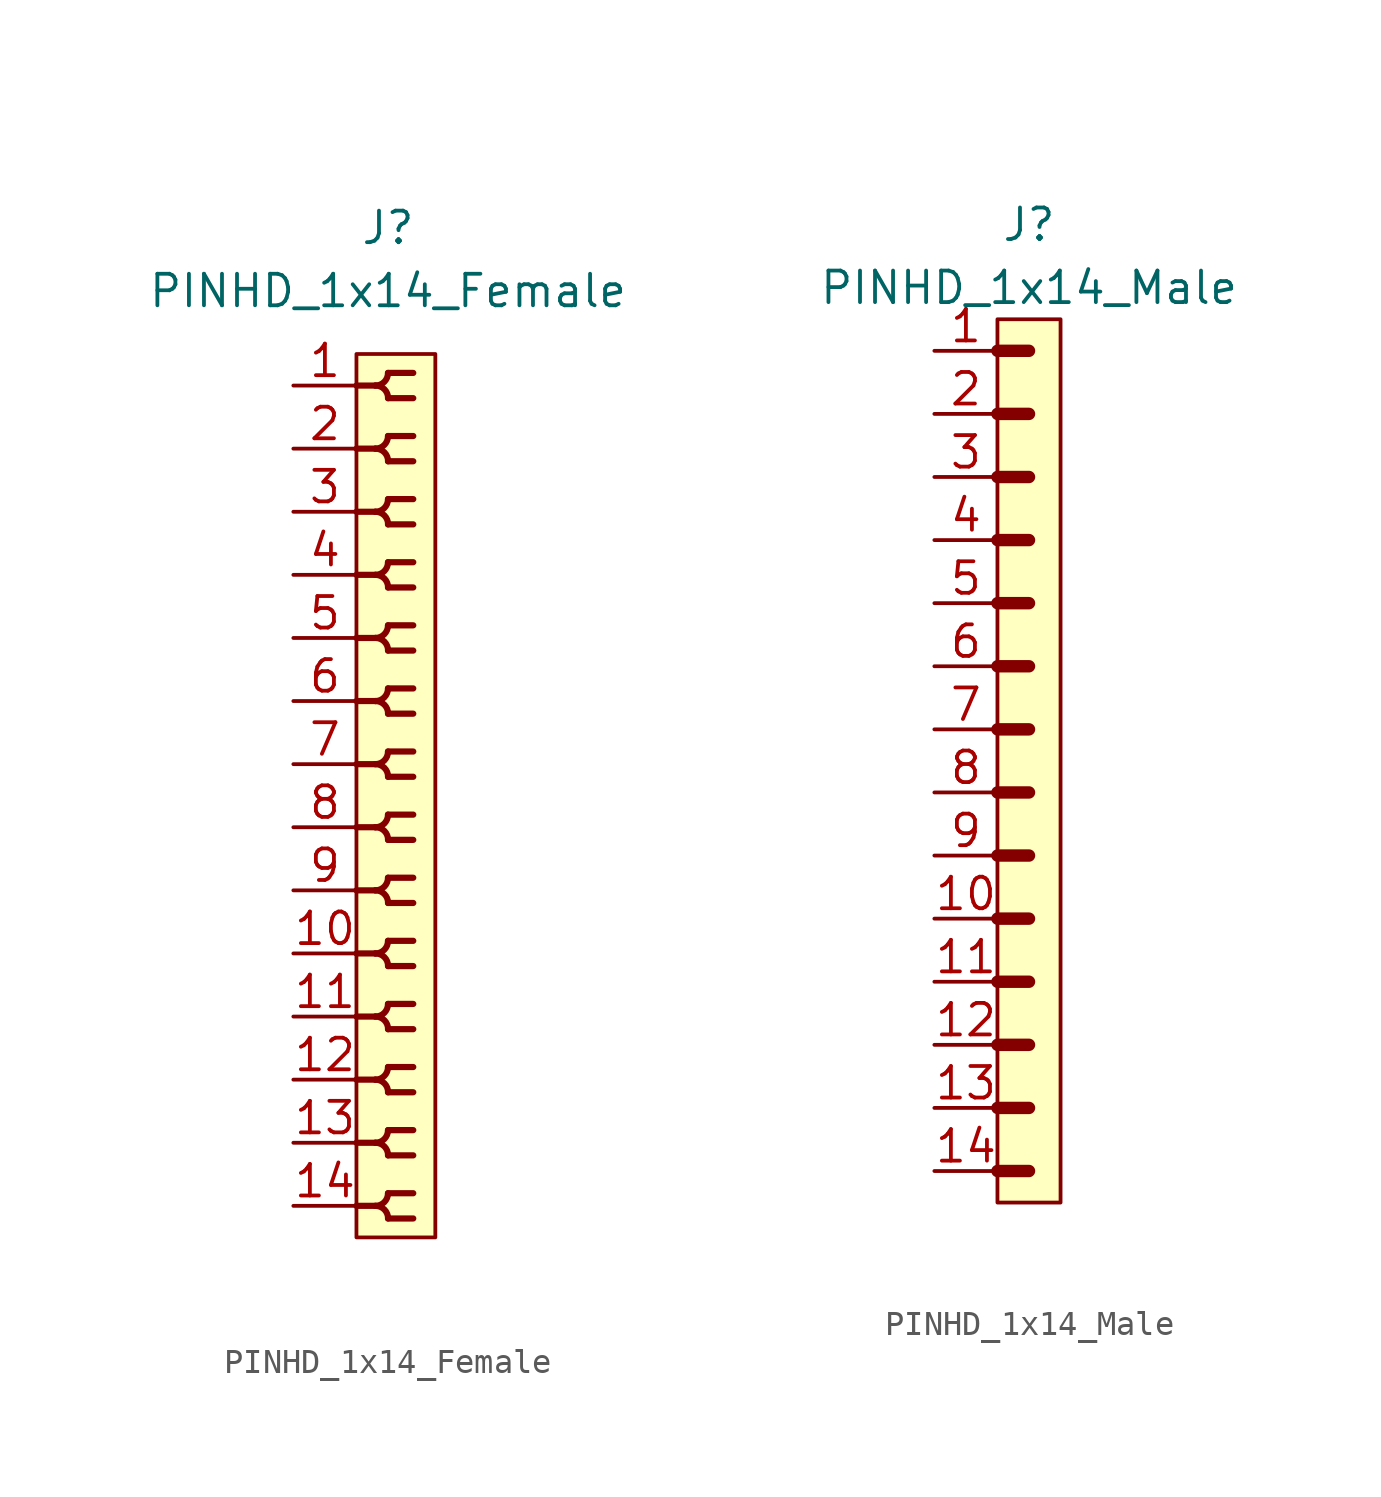
<source format=kicad_sym>
(kicad_symbol_lib
  (version 20211014)
  (generator kicad_symbol_editor)
  (symbol "PINHD_1x14_Female"
    (property "Reference" "J"
      (at 0 22.86 0)
      (effects (font (size 1.27 1.27))))
    (property "Value" "PINHD_1x14_Female"
      (at 0 20.32 0)
      (effects (font (size 1.27 1.27))))
    (symbol "PINHD_1x14_Female_0_1"
      (rectangle (start -1.27 17.78) (end 1.905 -17.78) (stroke (width 0) (type default) (color 0 0 0 0)) (fill (type background)))
      (arc (start -0.508 -16.51) (mid 0.3592 -16.8692) (end 0 -16.002) (stroke (width 0.25) (type default) (color 0 0 0 0)) (fill (type none)))
      (arc (start -0.508 -13.97) (mid 0.3592 -14.3292) (end 0 -13.462) (stroke (width 0.25) (type default) (color 0 0 0 0)) (fill (type none)))
      (arc (start -0.508 -11.43) (mid 0.3592 -11.7892) (end 0 -10.922) (stroke (width 0.25) (type default) (color 0 0 0 0)) (fill (type none)))
      (arc (start -0.508 -8.89) (mid 0.3592 -9.2492) (end 0 -8.382) (stroke (width 0.25) (type default) (color 0 0 0 0)) (fill (type none)))
      (arc (start -0.508 -6.35) (mid 0.3592 -6.7092) (end 0 -5.842) (stroke (width 0.25) (type default) (color 0 0 0 0)) (fill (type none)))
      (arc (start -0.508 -3.81) (mid 0.3592 -4.1692) (end 0 -3.302) (stroke (width 0.25) (type default) (color 0 0 0 0)) (fill (type none)))
      (arc (start -0.508 -1.27) (mid 0.3592 -1.6292) (end 0 -0.762) (stroke (width 0.25) (type default) (color 0 0 0 0)) (fill (type none)))
      (arc (start -0.508 1.27) (mid 0.3592 0.9108) (end 0 1.778) (stroke (width 0.25) (type default) (color 0 0 0 0)) (fill (type none)))
      (arc (start -0.508 3.81) (mid 0.3592 3.4508) (end 0 4.318) (stroke (width 0.25) (type default) (color 0 0 0 0)) (fill (type none)))
      (arc (start -0.508 6.35) (mid 0.3592 5.9908) (end 0 6.858) (stroke (width 0.25) (type default) (color 0 0 0 0)) (fill (type none)))
      (arc (start -0.508 8.89) (mid 0.3592 8.5308) (end 0 9.398) (stroke (width 0.25) (type default) (color 0 0 0 0)) (fill (type none)))
      (arc (start -0.508 11.43) (mid 0.3592 11.0708) (end 0 11.938) (stroke (width 0.25) (type default) (color 0 0 0 0)) (fill (type none)))
      (arc (start -0.508 13.97) (mid 0.3592 13.6108) (end 0 14.478) (stroke (width 0.25) (type default) (color 0 0 0 0)) (fill (type none)))
      (arc (start -0.508 16.51) (mid 0.3592 16.1508) (end 0 17.018) (stroke (width 0.25) (type default) (color 0 0 0 0)) (fill (type none)))
      (arc (start 0 -17.018) (mid 0.3592 -16.1508) (end -0.508 -16.51) (stroke (width 0.25) (type default) (color 0 0 0 0)) (fill (type none)))
      (arc (start 0 -14.478) (mid 0.3592 -13.6108) (end -0.508 -13.97) (stroke (width 0.25) (type default) (color 0 0 0 0)) (fill (type none)))
      (arc (start 0 -11.938) (mid 0.3592 -11.0708) (end -0.508 -11.43) (stroke (width 0.25) (type default) (color 0 0 0 0)) (fill (type none)))
      (arc (start 0 -9.398) (mid 0.3592 -8.5308) (end -0.508 -8.89) (stroke (width 0.25) (type default) (color 0 0 0 0)) (fill (type none)))
      (arc (start 0 -6.858) (mid 0.3592 -5.9908) (end -0.508 -6.35) (stroke (width 0.25) (type default) (color 0 0 0 0)) (fill (type none)))
      (arc (start 0 -4.318) (mid 0.3592 -3.4508) (end -0.508 -3.81) (stroke (width 0.25) (type default) (color 0 0 0 0)) (fill (type none)))
      (arc (start 0 -1.778) (mid 0.3592 -0.9108) (end -0.508 -1.27) (stroke (width 0.25) (type default) (color 0 0 0 0)) (fill (type none)))
      (polyline (pts (xy -1.27 -16.51) (xy -0.508 -16.51)) (stroke (width 0.25) (type default) (color 0 0 0 0)) (fill (type none)))
      (polyline (pts (xy -1.27 -13.97) (xy -0.508 -13.97)) (stroke (width 0.25) (type default) (color 0 0 0 0)) (fill (type none)))
      (polyline (pts (xy -1.27 -11.43) (xy -0.508 -11.43)) (stroke (width 0.25) (type default) (color 0 0 0 0)) (fill (type none)))
      (polyline (pts (xy -1.27 -8.89) (xy -0.508 -8.89)) (stroke (width 0.25) (type default) (color 0 0 0 0)) (fill (type none)))
      (polyline (pts (xy -1.27 -6.35) (xy -0.508 -6.35)) (stroke (width 0.25) (type default) (color 0 0 0 0)) (fill (type none)))
      (polyline (pts (xy -1.27 -3.81) (xy -0.508 -3.81)) (stroke (width 0.25) (type default) (color 0 0 0 0)) (fill (type none)))
      (polyline (pts (xy -1.27 -1.27) (xy -0.508 -1.27)) (stroke (width 0.25) (type default) (color 0 0 0 0)) (fill (type none)))
      (polyline (pts (xy -1.27 1.27) (xy -0.508 1.27)) (stroke (width 0.25) (type default) (color 0 0 0 0)) (fill (type none)))
      (polyline (pts (xy -1.27 3.81) (xy -0.508 3.81)) (stroke (width 0.25) (type default) (color 0 0 0 0)) (fill (type none)))
      (polyline (pts (xy -1.27 6.35) (xy -0.508 6.35)) (stroke (width 0.25) (type default) (color 0 0 0 0)) (fill (type none)))
      (polyline (pts (xy -1.27 8.89) (xy -0.508 8.89)) (stroke (width 0.25) (type default) (color 0 0 0 0)) (fill (type none)))
      (polyline (pts (xy -1.27 11.43) (xy -0.508 11.43)) (stroke (width 0.25) (type default) (color 0 0 0 0)) (fill (type none)))
      (polyline (pts (xy -1.27 13.97) (xy -0.508 13.97)) (stroke (width 0.25) (type default) (color 0 0 0 0)) (fill (type none)))
      (polyline (pts (xy -1.27 16.51) (xy -0.508 16.51)) (stroke (width 0.25) (type default) (color 0 0 0 0)) (fill (type none)))
      (polyline (pts (xy 0 -17.018) (xy 1.016 -17.018)) (stroke (width 0.25) (type default) (color 0 0 0 0)) (fill (type none)))
      (polyline (pts (xy 0 -16.002) (xy 1.016 -16.002)) (stroke (width 0.25) (type default) (color 0 0 0 0)) (fill (type none)))
      (polyline (pts (xy 0 -14.478) (xy 1.016 -14.478)) (stroke (width 0.25) (type default) (color 0 0 0 0)) (fill (type none)))
      (polyline (pts (xy 0 -13.462) (xy 1.016 -13.462)) (stroke (width 0.25) (type default) (color 0 0 0 0)) (fill (type none)))
      (polyline (pts (xy 0 -11.938) (xy 1.016 -11.938)) (stroke (width 0.25) (type default) (color 0 0 0 0)) (fill (type none)))
      (polyline (pts (xy 0 -10.922) (xy 1.016 -10.922)) (stroke (width 0.25) (type default) (color 0 0 0 0)) (fill (type none)))
      (polyline (pts (xy 0 -9.398) (xy 1.016 -9.398)) (stroke (width 0.25) (type default) (color 0 0 0 0)) (fill (type none)))
      (polyline (pts (xy 0 -8.382) (xy 1.016 -8.382)) (stroke (width 0.25) (type default) (color 0 0 0 0)) (fill (type none)))
      (polyline (pts (xy 0 -6.858) (xy 1.016 -6.858)) (stroke (width 0.25) (type default) (color 0 0 0 0)) (fill (type none)))
      (polyline (pts (xy 0 -5.842) (xy 1.016 -5.842)) (stroke (width 0.25) (type default) (color 0 0 0 0)) (fill (type none)))
      (polyline (pts (xy 0 -4.318) (xy 1.016 -4.318)) (stroke (width 0.25) (type default) (color 0 0 0 0)) (fill (type none)))
      (polyline (pts (xy 0 -3.302) (xy 1.016 -3.302)) (stroke (width 0.25) (type default) (color 0 0 0 0)) (fill (type none)))
      (polyline (pts (xy 0 -1.778) (xy 1.016 -1.778)) (stroke (width 0.25) (type default) (color 0 0 0 0)) (fill (type none)))
      (polyline (pts (xy 0 -0.762) (xy 1.016 -0.762)) (stroke (width 0.25) (type default) (color 0 0 0 0)) (fill (type none)))
      (polyline (pts (xy 0 0.762) (xy 1.016 0.762)) (stroke (width 0.25) (type default) (color 0 0 0 0)) (fill (type none)))
      (polyline (pts (xy 0 1.778) (xy 1.016 1.778)) (stroke (width 0.25) (type default) (color 0 0 0 0)) (fill (type none)))
      (polyline (pts (xy 0 3.302) (xy 1.016 3.302)) (stroke (width 0.25) (type default) (color 0 0 0 0)) (fill (type none)))
      (polyline (pts (xy 0 4.318) (xy 1.016 4.318)) (stroke (width 0.25) (type default) (color 0 0 0 0)) (fill (type none)))
      (polyline (pts (xy 0 5.842) (xy 1.016 5.842)) (stroke (width 0.25) (type default) (color 0 0 0 0)) (fill (type none)))
      (polyline (pts (xy 0 6.858) (xy 1.016 6.858)) (stroke (width 0.25) (type default) (color 0 0 0 0)) (fill (type none)))
      (polyline (pts (xy 0 8.382) (xy 1.016 8.382)) (stroke (width 0.25) (type default) (color 0 0 0 0)) (fill (type none)))
      (polyline (pts (xy 0 9.398) (xy 1.016 9.398)) (stroke (width 0.25) (type default) (color 0 0 0 0)) (fill (type none)))
      (polyline (pts (xy 0 10.922) (xy 1.016 10.922)) (stroke (width 0.25) (type default) (color 0 0 0 0)) (fill (type none)))
      (polyline (pts (xy 0 11.938) (xy 1.016 11.938)) (stroke (width 0.25) (type default) (color 0 0 0 0)) (fill (type none)))
      (polyline (pts (xy 0 13.462) (xy 1.016 13.462)) (stroke (width 0.25) (type default) (color 0 0 0 0)) (fill (type none)))
      (polyline (pts (xy 0 14.478) (xy 1.016 14.478)) (stroke (width 0.25) (type default) (color 0 0 0 0)) (fill (type none)))
      (polyline (pts (xy 0 16.002) (xy 1.016 16.002)) (stroke (width 0.25) (type default) (color 0 0 0 0)) (fill (type none)))
      (polyline (pts (xy 0 17.018) (xy 1.016 17.018)) (stroke (width 0.25) (type default) (color 0 0 0 0)) (fill (type none)))
      (arc (start 0 0.762) (mid 0.3592 1.6292) (end -0.508 1.27) (stroke (width 0.25) (type default) (color 0 0 0 0)) (fill (type none)))
      (arc (start 0 3.302) (mid 0.3592 4.1692) (end -0.508 3.81) (stroke (width 0.25) (type default) (color 0 0 0 0)) (fill (type none)))
      (arc (start 0 5.842) (mid 0.3592 6.7092) (end -0.508 6.35) (stroke (width 0.25) (type default) (color 0 0 0 0)) (fill (type none)))
      (arc (start 0 8.382) (mid 0.3592 9.2492) (end -0.508 8.89) (stroke (width 0.25) (type default) (color 0 0 0 0)) (fill (type none)))
      (arc (start 0 10.922) (mid 0.3592 11.7892) (end -0.508 11.43) (stroke (width 0.25) (type default) (color 0 0 0 0)) (fill (type none)))
      (arc (start 0 13.462) (mid 0.3592 14.3292) (end -0.508 13.97) (stroke (width 0.25) (type default) (color 0 0 0 0)) (fill (type none)))
      (arc (start 0 16.002) (mid 0.3592 16.8692) (end -0.508 16.51) (stroke (width 0.25) (type default) (color 0 0 0 0)) (fill (type none))))
    (symbol "PINHD_1x14_Female_1_1"
      (pin passive line (at -3.81 16.51 0) (length 2.54) (name "" (effects (font (size 1.27 1.27)))) (number "1" (effects (font (size 1.27 1.27)))))
      (pin passive line (at -3.81 -6.35 0) (length 2.54) (name "" (effects (font (size 1.27 1.27)))) (number "10" (effects (font (size 1.27 1.27)))))
      (pin passive line (at -3.81 -8.89 0) (length 2.54) (name "" (effects (font (size 1.27 1.27)))) (number "11" (effects (font (size 1.27 1.27)))))
      (pin passive line (at -3.81 -11.43 0) (length 2.54) (name "" (effects (font (size 1.27 1.27)))) (number "12" (effects (font (size 1.27 1.27)))))
      (pin passive line (at -3.81 -13.97 0) (length 2.54) (name "" (effects (font (size 1.27 1.27)))) (number "13" (effects (font (size 1.27 1.27)))))
      (pin passive line (at -3.81 -16.51 0) (length 2.54) (name "" (effects (font (size 1.27 1.27)))) (number "14" (effects (font (size 1.27 1.27)))))
      (pin passive line (at -3.81 13.97 0) (length 2.54) (name "" (effects (font (size 1.27 1.27)))) (number "2" (effects (font (size 1.27 1.27)))))
      (pin passive line (at -3.81 11.43 0) (length 2.54) (name "" (effects (font (size 1.27 1.27)))) (number "3" (effects (font (size 1.27 1.27)))))
      (pin passive line (at -3.81 8.89 0) (length 2.54) (name "" (effects (font (size 1.27 1.27)))) (number "4" (effects (font (size 1.27 1.27)))))
      (pin passive line (at -3.81 6.35 0) (length 2.54) (name "" (effects (font (size 1.27 1.27)))) (number "5" (effects (font (size 1.27 1.27)))))
      (pin passive line (at -3.81 3.81 0) (length 2.54) (name "" (effects (font (size 1.27 1.27)))) (number "6" (effects (font (size 1.27 1.27)))))
      (pin passive line (at -3.81 1.27 0) (length 2.54) (name "" (effects (font (size 1.27 1.27)))) (number "7" (effects (font (size 1.27 1.27)))))
      (pin passive line (at -3.81 -1.27 0) (length 2.54) (name "" (effects (font (size 1.27 1.27)))) (number "8" (effects (font (size 1.27 1.27)))))
      (pin passive line (at -3.81 -3.81 0) (length 2.54) (name "" (effects (font (size 1.27 1.27)))) (number "9" (effects (font (size 1.27 1.27)))))))
  (symbol "PINHD_1x14_Male"
    (property "Reference" "J"
      (at 0 21.59 0)
      (effects (font (size 1.27 1.27))))
    (property "Value" "PINHD_1x14_Male"
      (at 0 19.05 0)
      (effects (font (size 1.27 1.27))))
    (symbol "PINHD_1x14_Male_0_1"
      (rectangle (start -1.27 17.78) (end 1.27 -17.78) (stroke (width 0) (type default) (color 0 0 0 0)) (fill (type background)))
      (polyline (pts (xy -1.27 -16.51) (xy 0 -16.51)) (stroke (width 0.5) (type default) (color 0 0 0 0)) (fill (type none)))
      (polyline (pts (xy -1.27 -13.97) (xy 0 -13.97)) (stroke (width 0.5) (type default) (color 0 0 0 0)) (fill (type none)))
      (polyline (pts (xy -1.27 -11.43) (xy 0 -11.43)) (stroke (width 0.5) (type default) (color 0 0 0 0)) (fill (type none)))
      (polyline (pts (xy -1.27 -8.89) (xy 0 -8.89)) (stroke (width 0.5) (type default) (color 0 0 0 0)) (fill (type none)))
      (polyline (pts (xy -1.27 -6.35) (xy 0 -6.35)) (stroke (width 0.3) (type default) (color 0 0 0 0)) (fill (type none)))
      (polyline (pts (xy -1.27 -6.35) (xy 0 -6.35)) (stroke (width 0.5) (type default) (color 0 0 0 0)) (fill (type none)))
      (polyline (pts (xy -1.27 -3.81) (xy 0 -3.81)) (stroke (width 0.3) (type default) (color 0 0 0 0)) (fill (type none)))
      (polyline (pts (xy -1.27 -3.81) (xy 0 -3.81)) (stroke (width 0.5) (type default) (color 0 0 0 0)) (fill (type none)))
      (polyline (pts (xy -1.27 -1.27) (xy 0 -1.27)) (stroke (width 0.3) (type default) (color 0 0 0 0)) (fill (type none)))
      (polyline (pts (xy -1.27 -1.27) (xy 0 -1.27)) (stroke (width 0.5) (type default) (color 0 0 0 0)) (fill (type none)))
      (polyline (pts (xy -1.27 1.27) (xy 0 1.27)) (stroke (width 0.3) (type default) (color 0 0 0 0)) (fill (type none)))
      (polyline (pts (xy -1.27 1.27) (xy 0 1.27)) (stroke (width 0.5) (type default) (color 0 0 0 0)) (fill (type none)))
      (polyline (pts (xy -1.27 3.81) (xy 0 3.81)) (stroke (width 0.3) (type default) (color 0 0 0 0)) (fill (type none)))
      (polyline (pts (xy -1.27 3.81) (xy 0 3.81)) (stroke (width 0.5) (type default) (color 0 0 0 0)) (fill (type none)))
      (polyline (pts (xy -1.27 6.35) (xy 0 6.35)) (stroke (width 0.3) (type default) (color 0 0 0 0)) (fill (type none)))
      (polyline (pts (xy -1.27 6.35) (xy 0 6.35)) (stroke (width 0.5) (type default) (color 0 0 0 0)) (fill (type none)))
      (polyline (pts (xy -1.27 8.89) (xy 0 8.89)) (stroke (width 0.3) (type default) (color 0 0 0 0)) (fill (type none)))
      (polyline (pts (xy -1.27 8.89) (xy 0 8.89)) (stroke (width 0.5) (type default) (color 0 0 0 0)) (fill (type none)))
      (polyline (pts (xy -1.27 11.43) (xy 0 11.43)) (stroke (width 0.3) (type default) (color 0 0 0 0)) (fill (type none)))
      (polyline (pts (xy -1.27 11.43) (xy 0 11.43)) (stroke (width 0.5) (type default) (color 0 0 0 0)) (fill (type none)))
      (polyline (pts (xy -1.27 13.97) (xy 0 13.97)) (stroke (width 0.3) (type default) (color 0 0 0 0)) (fill (type none)))
      (polyline (pts (xy -1.27 13.97) (xy 0 13.97)) (stroke (width 0.5) (type default) (color 0 0 0 0)) (fill (type none)))
      (polyline (pts (xy -1.27 16.51) (xy 0 16.51)) (stroke (width 0.5) (type default) (color 0 0 0 0)) (fill (type none))))
    (symbol "PINHD_1x14_Male_1_1"
      (pin passive line (at -3.81 16.51 0) (length 2.54) (name "" (effects (font (size 1.27 1.27)))) (number "1" (effects (font (size 1.27 1.27)))))
      (pin passive line (at -3.81 -6.35 0) (length 2.54) (name "" (effects (font (size 1.27 1.27)))) (number "10" (effects (font (size 1.27 1.27)))))
      (pin passive line (at -3.81 -8.89 0) (length 2.54) (name "" (effects (font (size 1.27 1.27)))) (number "11" (effects (font (size 1.27 1.27)))))
      (pin passive line (at -3.81 -11.43 0) (length 2.54) (name "" (effects (font (size 1.27 1.27)))) (number "12" (effects (font (size 1.27 1.27)))))
      (pin passive line (at -3.81 -13.97 0) (length 2.54) (name "" (effects (font (size 1.27 1.27)))) (number "13" (effects (font (size 1.27 1.27)))))
      (pin passive line (at -3.81 -16.51 0) (length 2.54) (name "" (effects (font (size 1.27 1.27)))) (number "14" (effects (font (size 1.27 1.27)))))
      (pin passive line (at -3.81 13.97 0) (length 2.54) (name "" (effects (font (size 1.27 1.27)))) (number "2" (effects (font (size 1.27 1.27)))))
      (pin passive line (at -3.81 11.43 0) (length 2.54) (name "" (effects (font (size 1.27 1.27)))) (number "3" (effects (font (size 1.27 1.27)))))
      (pin passive line (at -3.81 8.89 0) (length 2.54) (name "" (effects (font (size 1.27 1.27)))) (number "4" (effects (font (size 1.27 1.27)))))
      (pin passive line (at -3.81 6.35 0) (length 2.54) (name "" (effects (font (size 1.27 1.27)))) (number "5" (effects (font (size 1.27 1.27)))))
      (pin passive line (at -3.81 3.81 0) (length 2.54) (name "" (effects (font (size 1.27 1.27)))) (number "6" (effects (font (size 1.27 1.27)))))
      (pin passive line (at -3.81 1.27 0) (length 2.54) (name "" (effects (font (size 1.27 1.27)))) (number "7" (effects (font (size 1.27 1.27)))))
      (pin passive line (at -3.81 -1.27 0) (length 2.54) (name "" (effects (font (size 1.27 1.27)))) (number "8" (effects (font (size 1.27 1.27)))))
      (pin passive line (at -3.81 -3.81 0) (length 2.54) (name "" (effects (font (size 1.27 1.27)))) (number "9" (effects (font (size 1.27 1.27))))))))
</source>
